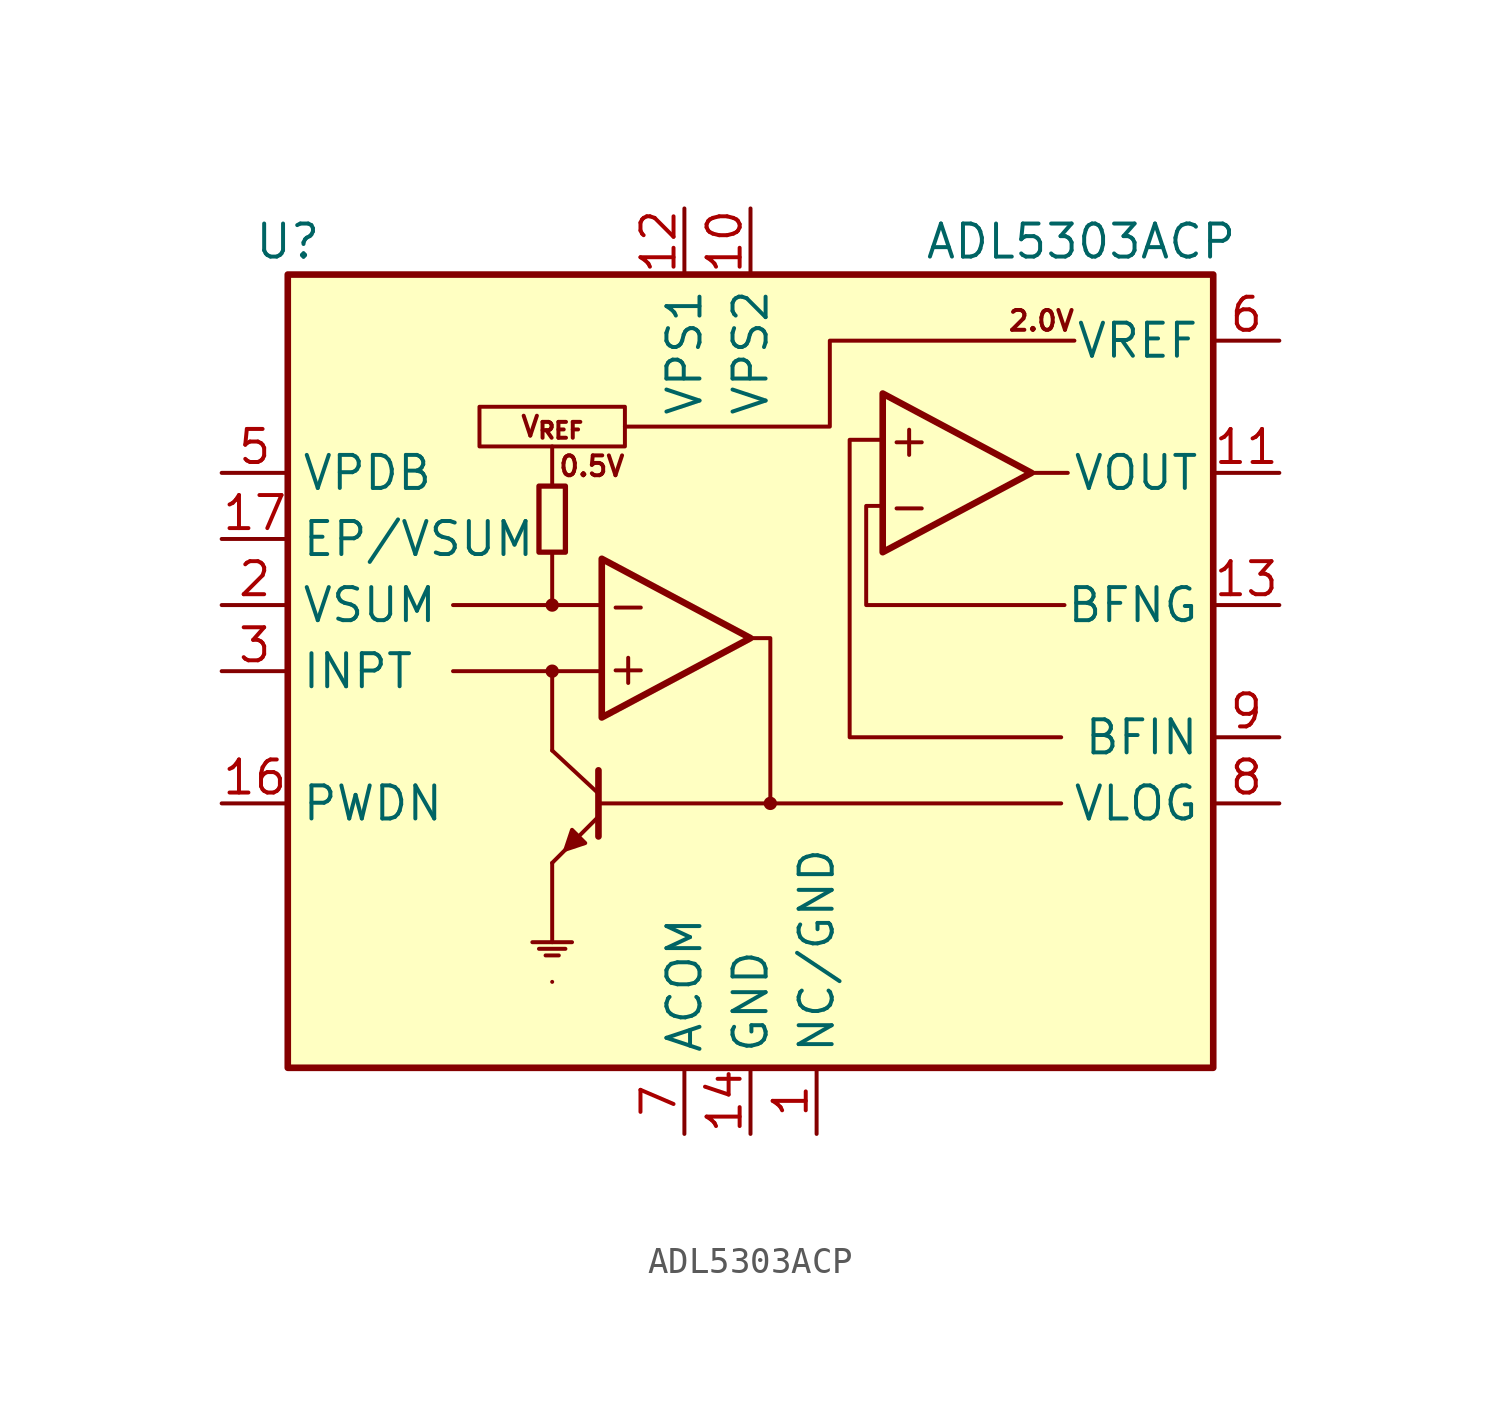
<source format=kicad_sym>
(kicad_symbol_lib
  (version 20231120)
  (generator "kicad_symbol_editor")
  (generator_version "8.0")
  (symbol "ADL5303ACP"
    (property "Reference" "U"
      (at -17.78 16.51 0)
      (effects (font (size 1.27 1.27))))
    (property "Value" "ADL5303ACP"
      (at 12.7 16.51 0)
      (effects (font (size 1.27 1.27))))
    (symbol "ADL5303ACP_0_0"
      (pin passive line (at 2.54 -17.78 90) (length 2.54) (name "NC/GND" (effects (font (size 1.27 1.27)))) (number "1" (effects (font (size 1.27 1.27)))))
      (pin output line (at 20.32 7.62 180) (length 2.54) (name "VOUT" (effects (font (size 1.27 1.27)))) (number "11" (effects (font (size 1.27 1.27)))))
      (pin input line (at 20.32 2.54 180) (length 2.54) (name "BFNG" (effects (font (size 1.27 1.27)))) (number "13" (effects (font (size 1.27 1.27)))))
      (pin power_in line (at 0 -17.78 90) (length 2.54) (name "GND" (effects (font (size 1.27 1.27)))) (number "14" (effects (font (size 1.27 1.27)))))
      (pin input line (at -20.32 0 0) (length 2.54) (name "INPT" (effects (font (size 1.27 1.27)))) (number "3" (effects (font (size 1.27 1.27)))))
      (pin output line (at 20.32 12.7 180) (length 2.54) (name "VREF" (effects (font (size 1.27 1.27)))) (number "6" (effects (font (size 1.27 1.27)))))
      (pin power_in line (at -2.54 -17.78 90) (length 2.54) (name "ACOM" (effects (font (size 1.27 1.27)))) (number "7" (effects (font (size 1.27 1.27)))))
      (pin output line (at 20.32 -5.08 180) (length 2.54) (name "VLOG" (effects (font (size 1.27 1.27)))) (number "8" (effects (font (size 1.27 1.27)))))
      (pin output line (at 20.32 -2.54 180) (length 2.54) (name "BFIN" (effects (font (size 1.27 1.27)))) (number "9" (effects (font (size 1.27 1.27))))))
    (symbol "ADL5303ACP_0_1"
      (rectangle (start -7.112 7.112) (end -8.128 4.572) (stroke (width 0.203) (type default)) (fill (type none)))
      (polyline (pts (xy -7.62 0) (xy -7.62 -3.048)) (stroke (width 0) (type default)) (fill (type none)))
      (polyline (pts (xy -5.842 -5.588) (xy -7.62 -7.366)) (stroke (width 0) (type default)) (fill (type none)))
      (polyline (pts (xy -5.842 -4.699) (xy -7.62 -3.048)) (stroke (width 0) (type default)) (fill (type none)))
      (polyline (pts (xy -5.842 -3.81) (xy -5.842 -6.35)) (stroke (width 0.254) (type default)) (fill (type none)))
      (polyline (pts (xy -5.842 -5.08) (xy 0.762 -5.08) (xy 0.762 1.27) (xy 0 1.27)) (stroke (width 0) (type default)) (fill (type none)))
      (polyline (pts (xy -6.35 -6.604) (xy -6.858 -6.096) (xy -7.112 -6.858) (xy -6.35 -6.604) (xy -6.604 -6.604)) (stroke (width 0) (type default)) (fill (type outline))))
    (symbol "ADL5303ACP_1_0"
      (pin power_in line (at 0 17.78 270) (length 2.54) (name "VPS2" (effects (font (size 1.27 1.27)))) (number "10" (effects (font (size 1.27 1.27)))))
      (pin power_in line (at -2.54 17.78 270) (length 2.54) (name "VPS1" (effects (font (size 1.27 1.27)))) (number "12" (effects (font (size 1.27 1.27)))))
      (pin passive line (at 0 -17.78 90) (length 2.54) hide (name "GND" (effects (font (size 1.27 1.27)))) (number "15" (effects (font (size 1.27 1.27)))))
      (pin input line (at -20.32 -5.08 0) (length 2.54) (name "PWDN" (effects (font (size 1.27 1.27)))) (number "16" (effects (font (size 1.27 1.27)))))
      (pin input line (at -20.32 5.08 0) (length 2.54) (name "EP/VSUM" (effects (font (size 1.27 1.27)))) (number "17" (effects (font (size 1.27 1.27)))))
      (pin output line (at -20.32 2.54 0) (length 2.54) (name "VSUM" (effects (font (size 1.27 1.27)))) (number "2" (effects (font (size 1.27 1.27)))))
      (pin passive line (at -20.32 2.54 0) (length 2.54) hide (name "VSUM" (effects (font (size 1.27 1.27)))) (number "4" (effects (font (size 1.27 1.27)))))
      (pin output line (at -20.32 7.62 0) (length 2.54) (name "VPDB" (effects (font (size 1.27 1.27)))) (number "5" (effects (font (size 1.27 1.27))))))
    (symbol "ADL5303ACP_1_1"
      (rectangle (start -17.78 15.24) (end 17.78 -15.24) (stroke (width 0.254) (type default)) (fill (type background)))
      (circle (center -7.62 0) (radius 0.18) (stroke (width 0) (type default)) (fill (type outline)))
      (circle (center -7.62 2.54) (radius 0.18) (stroke (width 0) (type default)) (fill (type outline)))
      (rectangle (start -4.826 8.636) (end -10.414 10.16) (stroke (width 0) (type default)) (fill (type none)))
      (polyline (pts (xy -8.382 -10.414) (xy -6.858 -10.414)) (stroke (width 0) (type default)) (fill (type none)))
      (polyline (pts (xy -8.128 -10.668) (xy -7.112 -10.668)) (stroke (width 0) (type default)) (fill (type none)))
      (polyline (pts (xy -7.874 -10.922) (xy -7.366 -10.922)) (stroke (width 0) (type default)) (fill (type none)))
      (polyline (pts (xy -7.62 -11.938) (xy -7.62 -11.938)) (stroke (width 0) (type default)) (fill (type none)))
      (polyline (pts (xy -7.62 -7.366) (xy -7.62 -10.414)) (stroke (width 0) (type default)) (fill (type none)))
      (polyline (pts (xy -7.62 4.572) (xy -7.62 2.54)) (stroke (width 0) (type default)) (fill (type none)))
      (polyline (pts (xy -7.62 8.636) (xy -7.62 7.112)) (stroke (width 0) (type default)) (fill (type none)))
      (polyline (pts (xy -5.842 2.54) (xy -11.43 2.54)) (stroke (width 0) (type default)) (fill (type none)))
      (polyline (pts (xy -5.715 0) (xy -11.43 0)) (stroke (width 0) (type default)) (fill (type none)))
      (polyline (pts (xy 0.762 -5.08) (xy 11.938 -5.08)) (stroke (width 0) (type default)) (fill (type none)))
      (polyline (pts (xy 10.668 7.62) (xy 12.192 7.62)) (stroke (width 0) (type default)) (fill (type none)))
      (polyline (pts (xy -5.715 -1.778) (xy -5.715 4.318) (xy 0 1.27) (xy -5.715 -1.778)) (stroke (width 0.254) (type default)) (fill (type none)))
      (polyline (pts (xy 5.08 10.668) (xy 5.08 4.572) (xy 10.795 7.62) (xy 5.08 10.668)) (stroke (width 0.254) (type default)) (fill (type none)))
      (polyline (pts (xy 11.938 -2.54) (xy 3.81 -2.54) (xy 3.81 8.89) (xy 5.08 8.89)) (stroke (width 0) (type default)) (fill (type none)))
      (polyline (pts (xy 12.065 2.54) (xy 4.445 2.54) (xy 4.445 6.35) (xy 5.08 6.35)) (stroke (width 0) (type default)) (fill (type none)))
      (polyline (pts (xy 12.446 12.7) (xy 3.048 12.7) (xy 3.048 9.398) (xy -4.826 9.398)) (stroke (width 0) (type default)) (fill (type none)))
      (circle (center 0.762 -5.08) (radius 0.18) (stroke (width 0) (type default)) (fill (type outline)))
      (text "+" (at -4.699 0.127 0) (effects (font (size 1.27 1.27))))
      (text "+" (at 6.096 8.89 0) (effects (font (size 1.27 1.27))))
      (text "-" (at -4.699 2.54 0) (effects (font (size 1.27 1.27))))
      (text "-" (at 6.096 6.35 0) (effects (font (size 1.27 1.27))))
      (text "0.5V" (at -6.096 7.874 0) (effects (font (size 0.762 0.762))))
      (text "2.0V" (at 11.176 13.462 0) (effects (font (size 0.762 0.762))))
      (text "V_{REF}" (at -7.62 9.398 0) (effects (font (size 0.762 0.762)))))))
</source>
